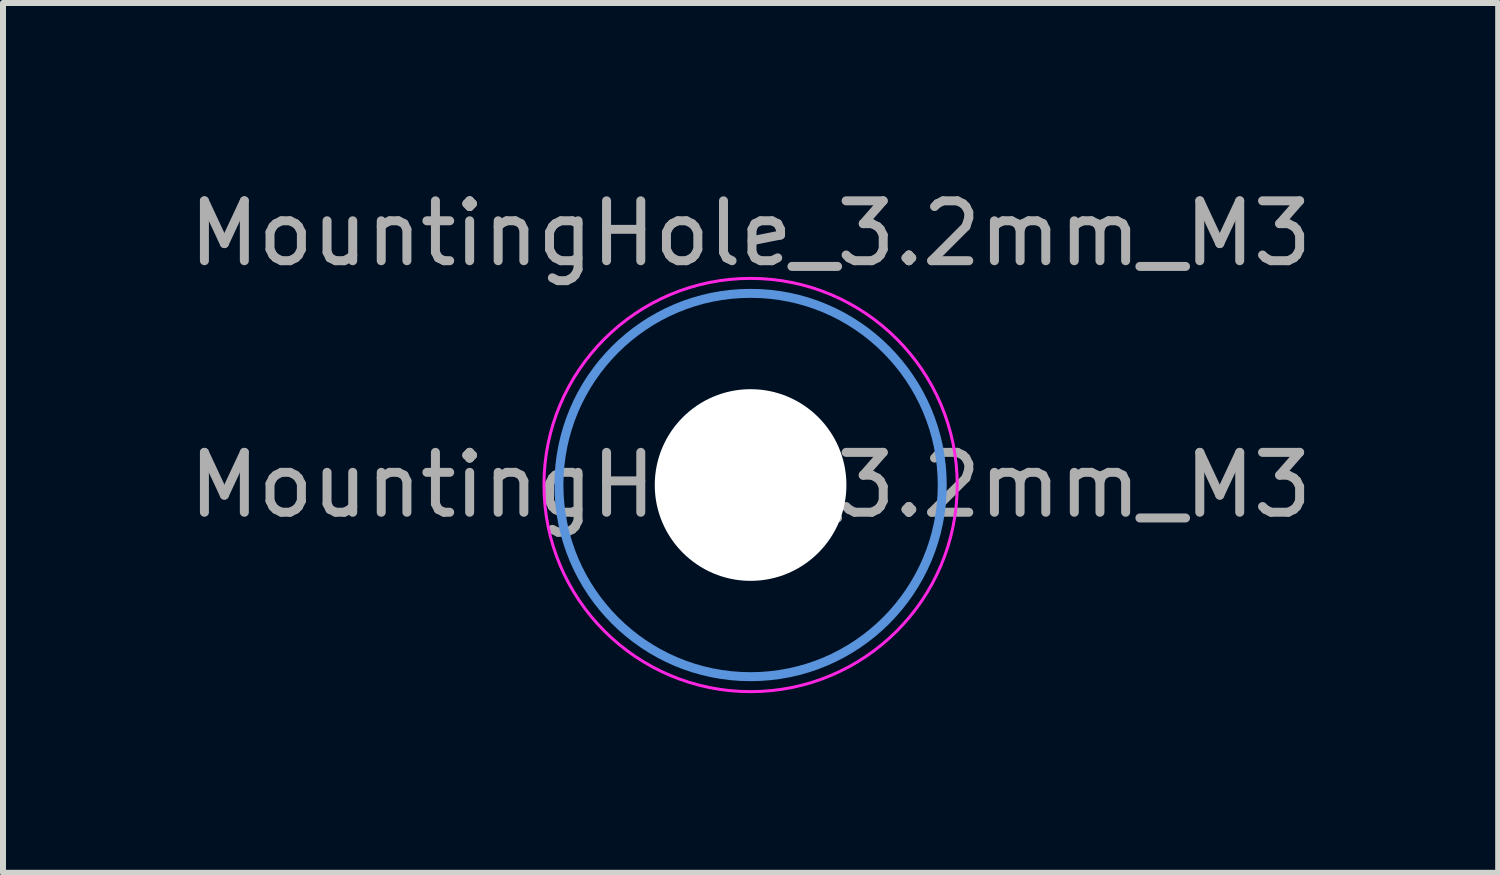
<source format=kicad_pcb>
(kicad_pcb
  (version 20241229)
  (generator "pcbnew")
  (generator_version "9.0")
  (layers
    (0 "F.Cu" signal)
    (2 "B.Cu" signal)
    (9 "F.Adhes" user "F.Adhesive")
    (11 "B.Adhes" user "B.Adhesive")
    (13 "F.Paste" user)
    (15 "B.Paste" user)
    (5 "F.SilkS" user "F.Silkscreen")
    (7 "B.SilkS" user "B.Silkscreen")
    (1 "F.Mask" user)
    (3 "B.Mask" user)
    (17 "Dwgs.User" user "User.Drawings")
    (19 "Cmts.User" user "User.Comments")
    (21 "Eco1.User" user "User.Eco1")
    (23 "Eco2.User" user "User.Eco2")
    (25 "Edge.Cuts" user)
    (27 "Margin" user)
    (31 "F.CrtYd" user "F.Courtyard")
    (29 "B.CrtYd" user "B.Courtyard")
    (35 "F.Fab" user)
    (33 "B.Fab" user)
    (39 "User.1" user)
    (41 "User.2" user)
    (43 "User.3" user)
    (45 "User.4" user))
  (footprint "MountingHole_3.2mm_M3"
    (layer "F.Cu")
    (at 9.482 5.048)
    (property "Reference" "MountingHole_3.2mm_M3" (at 0 -4.2 0) (layer "F.Fab") (effects (font (size 1 1) (thickness 0.15))))
    (attr exclude_from_pos_files)
    (fp_circle (center 0 0) (end 3.2 0) (stroke (width 0.15) (type solid)) (fill no) (layer "Cmts.User"))
    (fp_circle (center 0 0) (end 3.45 0) (stroke (width 0.05) (type solid)) (fill no) (layer "F.CrtYd"))
    (fp_text user "${REFERENCE}" (at 0 0 0) (layer "F.Fab") (effects (font (size 1 1) (thickness 0.15))))
    (pad "" np_thru_hole circle (at 0 0) (size 3.2 3.2) (drill 3.2) (layers "*.Cu" "*.Mask")))
  (gr_rect
    (start -3 -3)
    (end 21.964 11.523)
    (stroke (width 0.1) (type default))
    (fill no)
    (layer "Edge.Cuts")))
</source>
